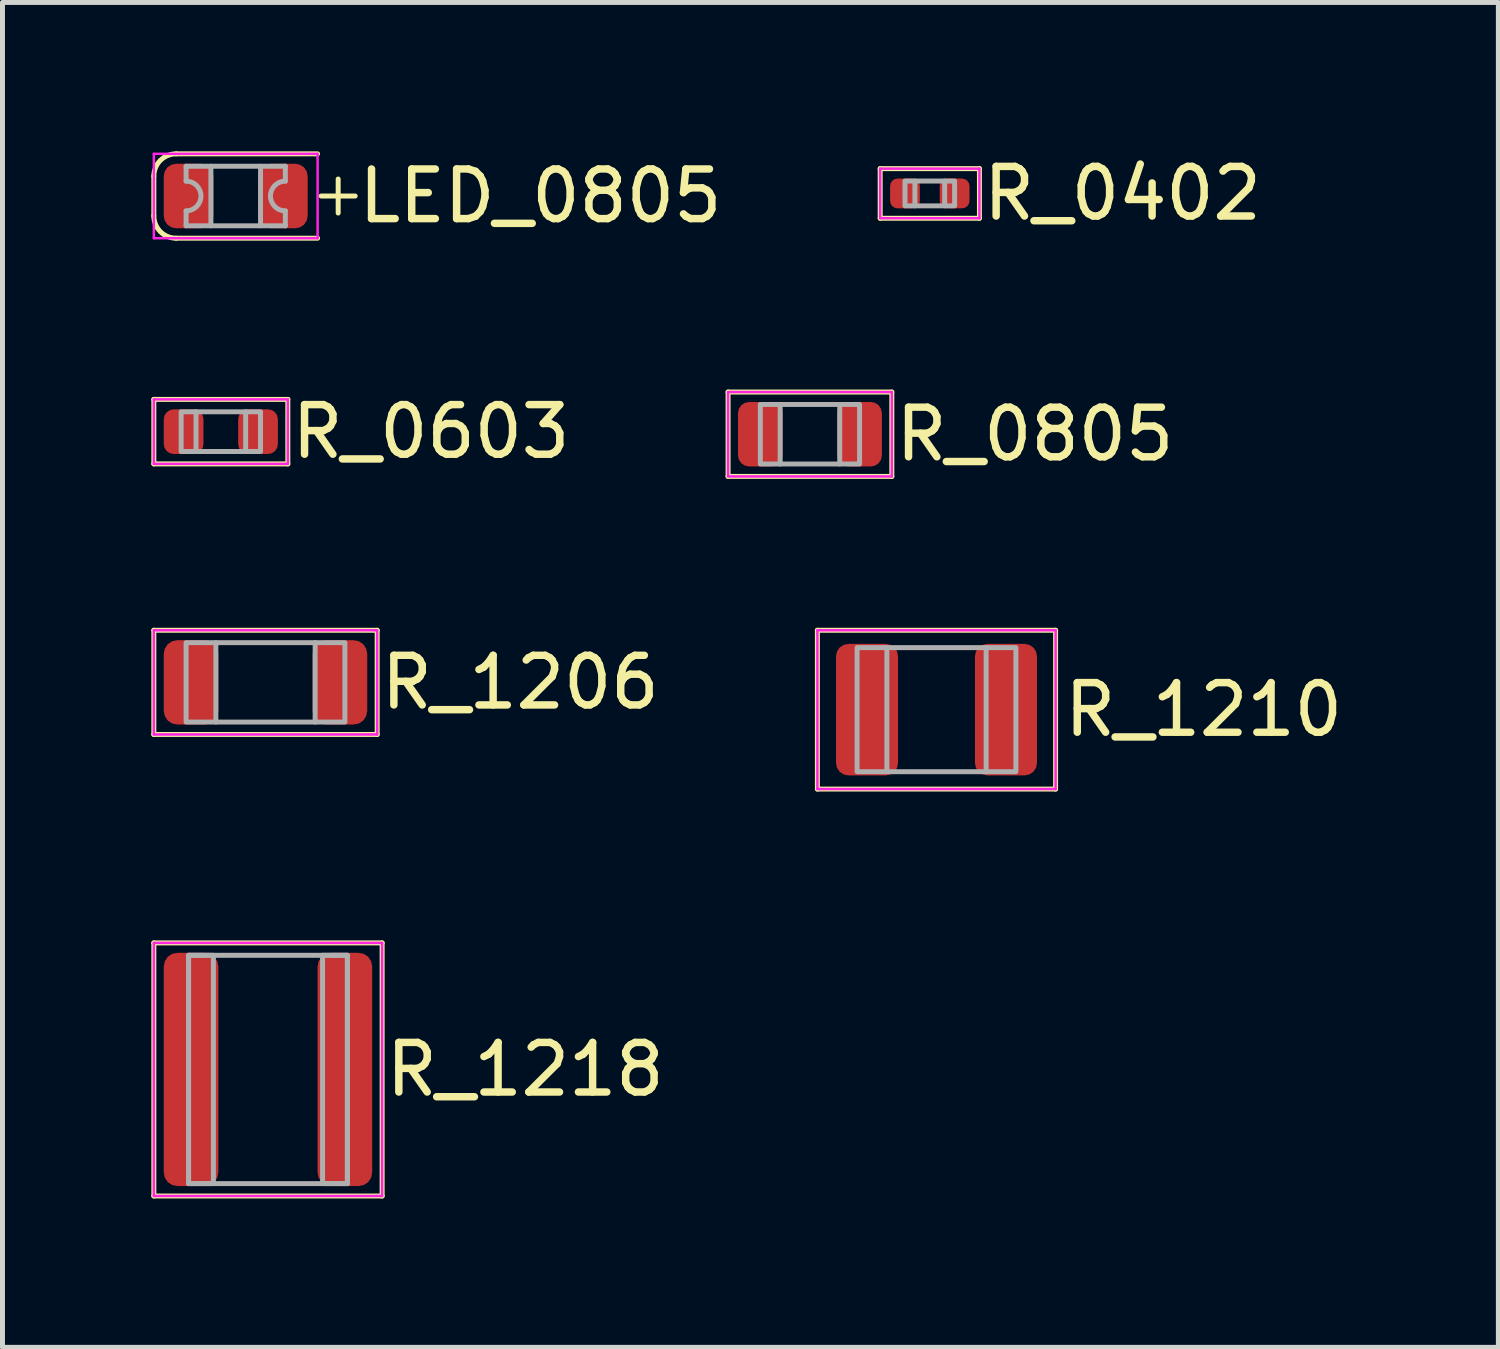
<source format=kicad_pcb>
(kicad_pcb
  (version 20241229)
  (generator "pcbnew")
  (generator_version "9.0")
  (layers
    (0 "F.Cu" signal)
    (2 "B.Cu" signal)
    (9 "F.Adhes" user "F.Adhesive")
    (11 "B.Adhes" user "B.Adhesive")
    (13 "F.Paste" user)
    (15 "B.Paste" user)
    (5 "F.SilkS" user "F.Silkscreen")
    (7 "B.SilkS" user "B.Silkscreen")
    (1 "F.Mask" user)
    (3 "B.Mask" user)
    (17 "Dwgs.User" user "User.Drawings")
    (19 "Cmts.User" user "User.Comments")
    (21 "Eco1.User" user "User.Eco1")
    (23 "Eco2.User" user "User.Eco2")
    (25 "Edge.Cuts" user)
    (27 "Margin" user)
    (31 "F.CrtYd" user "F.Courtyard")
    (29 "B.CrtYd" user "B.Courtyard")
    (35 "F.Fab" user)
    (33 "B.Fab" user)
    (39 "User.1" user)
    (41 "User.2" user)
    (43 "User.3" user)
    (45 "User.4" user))
  (footprint "R_1218"
    (layer "F.Cu")
    (at 2.35 18.5)
    (property "Reference" "R_1218" (at 2.3 0 0) (layer "F.SilkS") (effects (font (size 1 1) (thickness 0.15)) (justify left)))
    (attr smd)
    (fp_line (start -2.3 -2.55) (end 2.3 -2.55) (stroke (width 0.1) (type solid)) (layer "F.SilkS"))
    (fp_line (start -2.3 2.55) (end -2.3 -2.55) (stroke (width 0.1) (type solid)) (layer "F.SilkS"))
    (fp_line (start 2.3 -2.55) (end 2.3 2.55) (stroke (width 0.1) (type solid)) (layer "F.SilkS"))
    (fp_line (start 2.3 2.55) (end -2.3 2.55) (stroke (width 0.1) (type solid)) (layer "F.SilkS"))
    (fp_line (start -2.3 -2.55) (end 2.3 -2.55) (stroke (width 0.05) (type solid)) (layer "F.CrtYd"))
    (fp_line (start -2.3 2.55) (end -2.3 -2.55) (stroke (width 0.05) (type solid)) (layer "F.CrtYd"))
    (fp_line (start 2.3 -2.55) (end 2.3 2.55) (stroke (width 0.05) (type solid)) (layer "F.CrtYd"))
    (fp_line (start 2.3 2.55) (end -2.3 2.55) (stroke (width 0.05) (type solid)) (layer "F.CrtYd"))
    (fp_line (start -1.6 -2.3) (end 1.6 -2.3) (stroke (width 0.1) (type solid)) (layer "F.Fab"))
    (fp_line (start -1.6 2.3) (end -1.6 -2.3) (stroke (width 0.1) (type solid)) (layer "F.Fab"))
    (fp_line (start 1.6 -2.3) (end 1.6 2.3) (stroke (width 0.1) (type solid)) (layer "F.Fab"))
    (fp_line (start 1.6 2.3) (end -1.6 2.3) (stroke (width 0.1) (type solid)) (layer "F.Fab"))
    (fp_poly (pts (xy -1.1 2.3) (xy -1.6 2.3) (xy -1.6 -2.3) (xy -1.1 -2.3)) (stroke (width 0.1) (type solid)) (fill no) (layer "F.Fab"))
    (fp_poly (pts (xy 1.6 2.3) (xy 1.1 2.3) (xy 1.1 -2.3) (xy 1.6 -2.3)) (stroke (width 0.1) (type solid)) (fill no) (layer "F.Fab"))
    (pad "1" smd roundrect (at -1.55 0) (size 1.1 4.7) (layers "F.Cu" "F.Mask" "F.Paste") (roundrect_rratio 0.25))
    (pad "2" smd roundrect (at 1.55 0) (size 1.1 4.7) (layers "F.Cu" "F.Mask" "F.Paste") (roundrect_rratio 0.25)))
  (footprint "R_1210"
    (layer "F.Cu")
    (at 15.821 11.25)
    (property "Reference" "R_1210" (at 2.5 0 0) (layer "F.SilkS") (effects (font (size 1 1) (thickness 0.15)) (justify left)))
    (attr smd)
    (fp_line (start -2.4 -1.6) (end -2.4 1.6) (stroke (width 0.1) (type solid)) (layer "F.SilkS"))
    (fp_line (start -2.4 -1.6) (end 2.4 -1.6) (stroke (width 0.1) (type solid)) (layer "F.SilkS"))
    (fp_line (start 2.4 1.6) (end -2.4 1.6) (stroke (width 0.1) (type solid)) (layer "F.SilkS"))
    (fp_line (start 2.4 1.6) (end 2.4 -1.6) (stroke (width 0.1) (type solid)) (layer "F.SilkS"))
    (fp_line (start -2.4 -1.6) (end 2.4 -1.6) (stroke (width 0.05) (type solid)) (layer "F.CrtYd"))
    (fp_line (start -2.4 1.6) (end -2.4 -1.6) (stroke (width 0.05) (type solid)) (layer "F.CrtYd"))
    (fp_line (start 2.4 -1.6) (end 2.4 1.6) (stroke (width 0.05) (type solid)) (layer "F.CrtYd"))
    (fp_line (start 2.4 1.6) (end -2.4 1.6) (stroke (width 0.05) (type solid)) (layer "F.CrtYd"))
    (fp_line (start 1 -1.25) (end -1 -1.25) (stroke (width 0.1) (type solid)) (layer "F.Fab"))
    (fp_line (start 1 1.25) (end -1 1.25) (stroke (width 0.1) (type solid)) (layer "F.Fab"))
    (fp_poly (pts (xy -1 1.25) (xy -1.6 1.25) (xy -1.6 -1.25) (xy -1 -1.25)) (stroke (width 0.1) (type solid)) (fill no) (layer "F.Fab"))
    (fp_poly (pts (xy 1.6 1.25) (xy 1 1.25) (xy 1 -1.25) (xy 1.6 -1.25)) (stroke (width 0.1) (type solid)) (fill no) (layer "F.Fab"))
    (pad "1" smd roundrect (at -1.4 0) (size 1.25 2.65) (layers "F.Cu" "F.Mask" "F.Paste") (roundrect_rratio 0.2))
    (pad "2" smd roundrect (at 1.4 0) (size 1.25 2.65) (layers "F.Cu" "F.Mask" "F.Paste") (roundrect_rratio 0.2)))
  (footprint "R_0402"
    (layer "F.Cu")
    (at 15.686 0.848)
    (property "Reference" "R_0402" (at 1 0 0) (layer "F.SilkS") (effects (font (size 1 1) (thickness 0.15)) (justify left)))
    (attr smd)
    (fp_line (start -1 -0.5) (end -1 0.5) (stroke (width 0.1) (type solid)) (layer "F.SilkS"))
    (fp_line (start -1 0.5) (end 1 0.5) (stroke (width 0.1) (type solid)) (layer "F.SilkS"))
    (fp_line (start 1 -0.5) (end -1 -0.5) (stroke (width 0.1) (type solid)) (layer "F.SilkS"))
    (fp_line (start 1 0.5) (end 1 -0.5) (stroke (width 0.1) (type solid)) (layer "F.SilkS"))
    (fp_line (start -1 -0.5) (end 1 -0.5) (stroke (width 0.05) (type solid)) (layer "F.CrtYd"))
    (fp_line (start -1 0.5) (end -1 -0.5) (stroke (width 0.05) (type solid)) (layer "F.CrtYd"))
    (fp_line (start 1 -0.5) (end 1 0.5) (stroke (width 0.05) (type solid)) (layer "F.CrtYd"))
    (fp_line (start 1 0.5) (end -1 0.5) (stroke (width 0.05) (type solid)) (layer "F.CrtYd"))
    (fp_line (start 0.3 -0.25) (end -0.3 -0.25) (stroke (width 0.1) (type solid)) (layer "F.Fab"))
    (fp_line (start 0.3 0.25) (end -0.3 0.25) (stroke (width 0.1) (type solid)) (layer "F.Fab"))
    (fp_poly (pts (xy -0.3 0.25) (xy -0.5 0.25) (xy -0.5 -0.25) (xy -0.3 -0.25)) (stroke (width 0.1) (type solid)) (fill no) (layer "F.Fab"))
    (fp_poly (pts (xy 0.5 0.25) (xy 0.3 0.25) (xy 0.3 -0.25) (xy 0.5 -0.25)) (stroke (width 0.1) (type solid)) (fill no) (layer "F.Fab"))
    (pad "1" smd roundrect (at -0.5 0) (size 0.6 0.6) (layers "F.Cu" "F.Mask" "F.Paste") (roundrect_rratio 0.25))
    (pad "2" smd roundrect (at 0.5 0) (size 0.6 0.6) (layers "F.Cu" "F.Mask" "F.Paste") (roundrect_rratio 0.25)))
  (footprint "R_0805"
    (layer "F.Cu")
    (at 13.271 5.7)
    (property "Reference" "R_0805" (at 1.65 0 0) (layer "F.SilkS") (effects (font (size 1 1) (thickness 0.15)) (justify left)))
    (attr smd)
    (fp_line (start -1.65 -0.85) (end -1.65 0.85) (stroke (width 0.1) (type solid)) (layer "F.SilkS"))
    (fp_line (start -1.65 -0.85) (end 1.65 -0.85) (stroke (width 0.1) (type solid)) (layer "F.SilkS"))
    (fp_line (start 1.65 0.85) (end -1.65 0.85) (stroke (width 0.1) (type solid)) (layer "F.SilkS"))
    (fp_line (start 1.65 0.85) (end 1.65 -0.85) (stroke (width 0.1) (type solid)) (layer "F.SilkS"))
    (fp_line (start -1.65 -0.85) (end 1.65 -0.85) (stroke (width 0.05) (type solid)) (layer "F.CrtYd"))
    (fp_line (start -1.65 0.85) (end -1.65 -0.85) (stroke (width 0.05) (type solid)) (layer "F.CrtYd"))
    (fp_line (start 1.65 -0.85) (end 1.65 0.85) (stroke (width 0.05) (type solid)) (layer "F.CrtYd"))
    (fp_line (start 1.65 0.85) (end -1.65 0.85) (stroke (width 0.05) (type solid)) (layer "F.CrtYd"))
    (fp_line (start 0.6 -0.6) (end -0.6 -0.6) (stroke (width 0.1) (type solid)) (layer "F.Fab"))
    (fp_line (start 0.6 0.6) (end -0.6 0.6) (stroke (width 0.1) (type solid)) (layer "F.Fab"))
    (fp_poly (pts (xy -0.6 0.6) (xy -1 0.6) (xy -1 -0.6) (xy -0.6 -0.6)) (stroke (width 0.1) (type solid)) (fill no) (layer "F.Fab"))
    (fp_poly (pts (xy 1 0.6) (xy 0.6 0.6) (xy 0.6 -0.6) (xy 1 -0.6)) (stroke (width 0.1) (type solid)) (fill no) (layer "F.Fab"))
    (pad "1" smd roundrect (at -1 0) (size 0.9 1.3) (layers "F.Cu" "F.Mask" "F.Paste") (roundrect_rratio 0.25))
    (pad "2" smd roundrect (at 1 0) (size 0.9 1.3) (layers "F.Cu" "F.Mask" "F.Paste") (roundrect_rratio 0.25)))
  (footprint "R_0603"
    (layer "F.Cu")
    (at 1.4 5.648)
    (property "Reference" "R_0603" (at 1.35 0 0) (layer "F.SilkS") (effects (font (size 1 1) (thickness 0.15)) (justify left)))
    (attr smd)
    (fp_line (start -1.35 -0.65) (end -1.35 0.65) (stroke (width 0.1) (type solid)) (layer "F.SilkS"))
    (fp_line (start -1.35 -0.65) (end 1.35 -0.65) (stroke (width 0.1) (type solid)) (layer "F.SilkS"))
    (fp_line (start 1.35 0.65) (end -1.35 0.65) (stroke (width 0.1) (type solid)) (layer "F.SilkS"))
    (fp_line (start 1.35 0.65) (end 1.35 -0.65) (stroke (width 0.1) (type solid)) (layer "F.SilkS"))
    (fp_line (start -1.35 -0.65) (end -1.35 0.65) (stroke (width 0.05) (type solid)) (layer "F.CrtYd"))
    (fp_line (start -1.35 -0.65) (end 1.35 -0.65) (stroke (width 0.05) (type solid)) (layer "F.CrtYd"))
    (fp_line (start 1.35 0.65) (end -1.35 0.65) (stroke (width 0.05) (type solid)) (layer "F.CrtYd"))
    (fp_line (start 1.35 0.65) (end 1.35 -0.65) (stroke (width 0.05) (type solid)) (layer "F.CrtYd"))
    (fp_line (start 0.5 -0.4) (end -0.5 -0.4) (stroke (width 0.1) (type solid)) (layer "F.Fab"))
    (fp_line (start 0.5 0.4) (end -0.5 0.4) (stroke (width 0.1) (type solid)) (layer "F.Fab"))
    (fp_poly (pts (xy -0.5 0.4) (xy -0.8 0.4) (xy -0.8 -0.4) (xy -0.5 -0.4)) (stroke (width 0.1) (type solid)) (fill no) (layer "F.Fab"))
    (fp_poly (pts (xy 0.8 0.4) (xy 0.5 0.4) (xy 0.5 -0.4) (xy 0.8 -0.4)) (stroke (width 0.1) (type solid)) (fill no) (layer "F.Fab"))
    (pad "1" smd roundrect (at -0.75 0) (size 0.8 0.9) (layers "F.Cu" "F.Mask" "F.Paste") (roundrect_rratio 0.25))
    (pad "2" smd roundrect (at 0.75 0) (size 0.8 0.9) (layers "F.Cu" "F.Mask" "F.Paste") (roundrect_rratio 0.25)))
  (footprint "R_1206"
    (layer "F.Cu")
    (at 2.3 10.7)
    (property "Reference" "R_1206" (at 2.25 0 0) (layer "F.SilkS") (effects (font (size 1 1) (thickness 0.15)) (justify left)))
    (attr smd)
    (fp_line (start -2.25 -1.05) (end -2.25 1.05) (stroke (width 0.1) (type solid)) (layer "F.SilkS"))
    (fp_line (start -2.25 -1.05) (end 2.25 -1.05) (stroke (width 0.1) (type solid)) (layer "F.SilkS"))
    (fp_line (start 2.25 1.05) (end -2.25 1.05) (stroke (width 0.1) (type solid)) (layer "F.SilkS"))
    (fp_line (start 2.25 1.05) (end 2.25 -1.05) (stroke (width 0.1) (type solid)) (layer "F.SilkS"))
    (fp_line (start -2.25 -1.05) (end 2.25 -1.05) (stroke (width 0.05) (type solid)) (layer "F.CrtYd"))
    (fp_line (start -2.25 1.05) (end -2.25 -1.05) (stroke (width 0.05) (type solid)) (layer "F.CrtYd"))
    (fp_line (start 2.25 -1.05) (end 2.25 1.05) (stroke (width 0.05) (type solid)) (layer "F.CrtYd"))
    (fp_line (start 2.25 1.05) (end -2.25 1.05) (stroke (width 0.05) (type solid)) (layer "F.CrtYd"))
    (fp_line (start 1 -0.8) (end -1 -0.8) (stroke (width 0.1) (type solid)) (layer "F.Fab"))
    (fp_line (start 1 0.8) (end -1 0.8) (stroke (width 0.1) (type solid)) (layer "F.Fab"))
    (fp_poly (pts (xy -1 0.8) (xy -1.6 0.8) (xy -1.6 -0.8) (xy -1 -0.8)) (stroke (width 0.1) (type solid)) (fill no) (layer "F.Fab"))
    (fp_poly (pts (xy 1.6 0.8) (xy 1 0.8) (xy 1 -0.8) (xy 1.6 -0.8)) (stroke (width 0.1) (type solid)) (fill no) (layer "F.Fab"))
    (pad "1" smd roundrect (at -1.5 0) (size 1.1 1.7) (layers "F.Cu" "F.Mask" "F.Paste") (roundrect_rratio 0.25))
    (pad "2" smd roundrect (at 1.5 0) (size 1.1 1.7) (layers "F.Cu" "F.Mask" "F.Paste") (roundrect_rratio 0.25)))
  (footprint "LED_0805"
    (layer "F.Cu")
    (at 1.7 0.9)
    (property "Reference" "LED_0805" (at 2.4 0 0) (layer "F.SilkS") (effects (font (size 1 1) (thickness 0.15)) (justify left)))
    (attr smd)
    (fp_line (start -1.65 -0.4) (end -1.65 0.4) (stroke (width 0.1) (type solid)) (layer "F.SilkS"))
    (fp_line (start -1.2 -0.85) (end 1.65 -0.85) (stroke (width 0.1) (type solid)) (layer "F.SilkS"))
    (fp_line (start 1.65 0.85) (end -1.2 0.85) (stroke (width 0.1) (type solid)) (layer "F.SilkS"))
    (fp_arc (start -1.65 -0.4) (mid -1.518198 -0.718198) (end -1.2 -0.85) (stroke (width 0.1) (type solid)) (layer "F.SilkS"))
    (fp_arc (start -1.2 0.85) (mid -1.518198 0.718198) (end -1.65 0.4) (stroke (width 0.1) (type solid)) (layer "F.SilkS"))
    (fp_line (start -1.65 -0.85) (end 1.65 -0.85) (stroke (width 0.05) (type solid)) (layer "F.CrtYd"))
    (fp_line (start -1.65 0.85) (end -1.65 -0.85) (stroke (width 0.05) (type solid)) (layer "F.CrtYd"))
    (fp_line (start 1.65 -0.85) (end 1.65 0.85) (stroke (width 0.05) (type solid)) (layer "F.CrtYd"))
    (fp_line (start 1.65 0.85) (end -1.65 0.85) (stroke (width 0.05) (type solid)) (layer "F.CrtYd"))
    (fp_line (start -1 -0.6) (end -1 -0.3) (stroke (width 0.1) (type solid)) (layer "F.Fab"))
    (fp_line (start -1 -0.6) (end 1 -0.6) (stroke (width 0.1) (type solid)) (layer "F.Fab"))
    (fp_line (start -1 0.3) (end -1 0.6) (stroke (width 0.1) (type solid)) (layer "F.Fab"))
    (fp_line (start -1 0.6) (end 1 0.6) (stroke (width 0.1) (type solid)) (layer "F.Fab"))
    (fp_line (start -0.5 0.6) (end -0.5 -0.6) (stroke (width 0.1) (type solid)) (layer "F.Fab"))
    (fp_line (start 0.5 0.6) (end 0.5 -0.6) (stroke (width 0.1) (type solid)) (layer "F.Fab"))
    (fp_line (start 1 -0.6) (end 1 -0.3) (stroke (width 0.1) (type solid)) (layer "F.Fab"))
    (fp_line (start 1 0.3) (end 1 0.6) (stroke (width 0.1) (type solid)) (layer "F.Fab"))
    (fp_arc (start -1 -0.3) (mid -0.7 0) (end -1 0.3) (stroke (width 0.1) (type solid)) (layer "F.Fab"))
    (fp_arc (start 1 0.3) (mid 0.7 0) (end 1 -0.3) (stroke (width 0.1) (type solid)) (layer "F.Fab"))
    (fp_text user "+" (at 1.996 0 90) (layer "F.SilkS") (effects (font (size 0.9 0.9) (thickness 0.1))))
    (pad "1" smd roundrect (at -0.95 0) (size 1 1.3) (layers "F.Cu" "F.Mask" "F.Paste") (roundrect_rratio 0.25))
    (pad "2" smd roundrect (at 0.95 0) (size 1 1.3) (layers "F.Cu" "F.Mask" "F.Paste") (roundrect_rratio 0.25)))
  (gr_rect
    (start -3 -3)
    (end 27.143 24.1)
    (stroke (width 0.1) (type default))
    (fill no)
    (layer "Edge.Cuts")))
</source>
